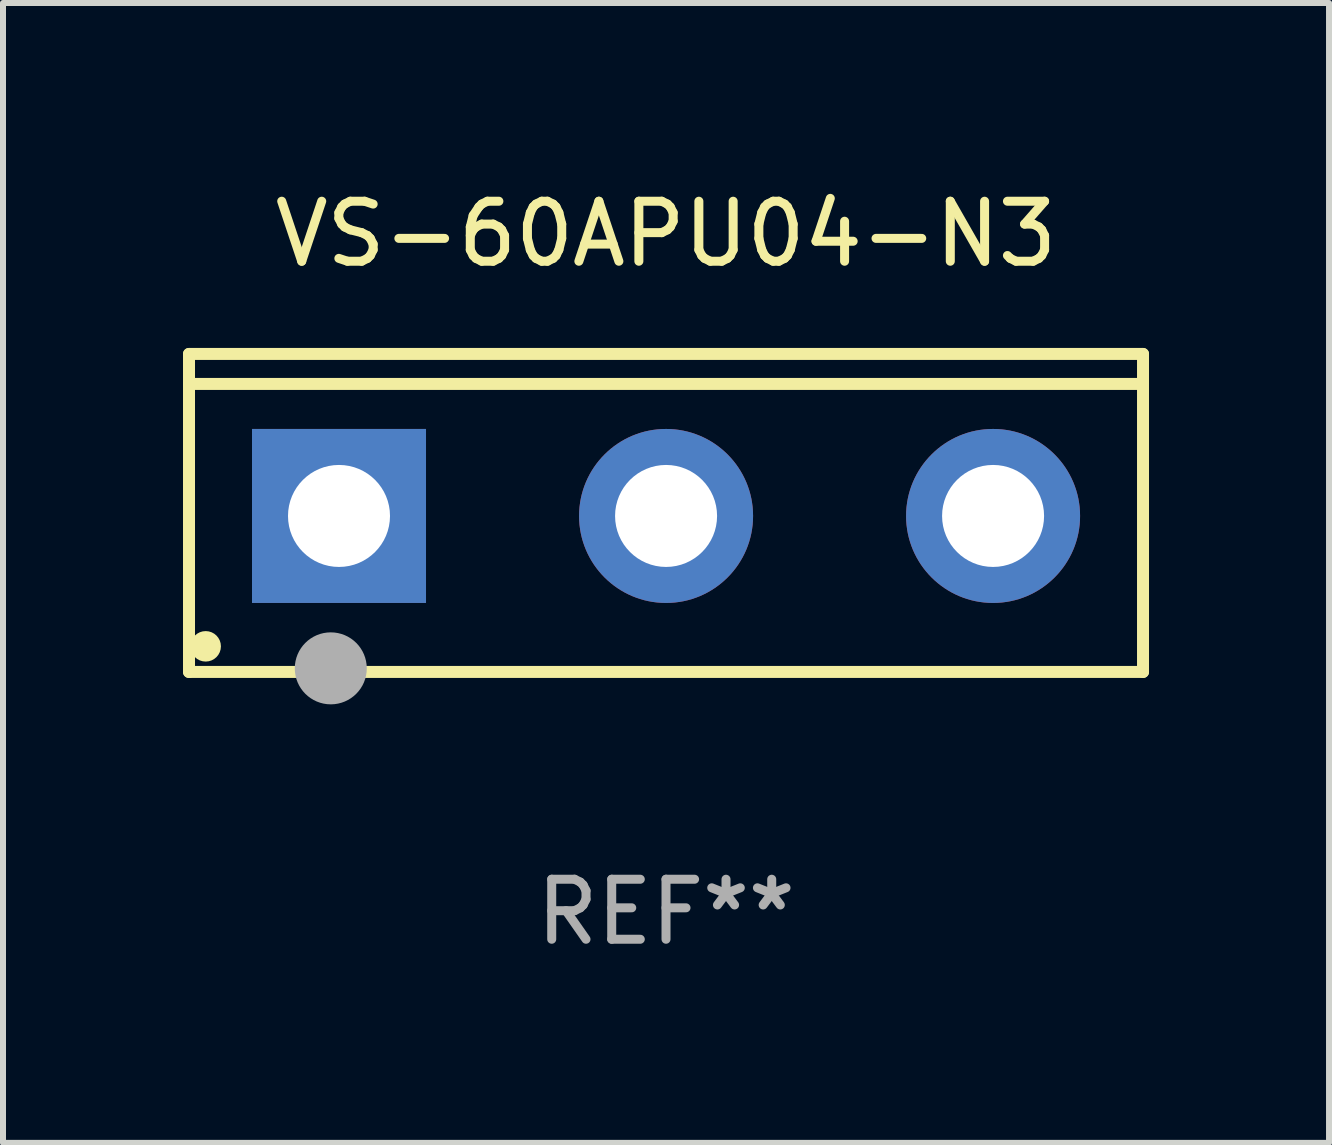
<source format=kicad_pcb>
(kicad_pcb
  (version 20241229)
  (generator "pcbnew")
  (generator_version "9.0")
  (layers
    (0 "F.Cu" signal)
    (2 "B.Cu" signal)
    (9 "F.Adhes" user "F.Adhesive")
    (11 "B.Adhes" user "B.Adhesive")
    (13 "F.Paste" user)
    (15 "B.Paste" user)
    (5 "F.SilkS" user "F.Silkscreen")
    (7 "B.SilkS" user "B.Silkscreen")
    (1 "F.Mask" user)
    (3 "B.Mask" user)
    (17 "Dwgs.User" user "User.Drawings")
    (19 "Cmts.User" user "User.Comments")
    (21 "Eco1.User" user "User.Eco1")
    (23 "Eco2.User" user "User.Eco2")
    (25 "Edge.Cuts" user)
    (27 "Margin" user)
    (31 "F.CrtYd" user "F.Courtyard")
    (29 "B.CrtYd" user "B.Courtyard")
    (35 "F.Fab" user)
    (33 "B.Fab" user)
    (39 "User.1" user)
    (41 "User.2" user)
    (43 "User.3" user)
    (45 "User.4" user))
  (footprint "VS-60APU04-N3"
    (layer "F.Cu")
    (at 8.05 5.499)
    (property "Reference" "VS-60APU04-N3" (at 0 -4.65 0) (layer "F.SilkS") (effects (font (size 1 1) (thickness 0.15))))
    (attr through_hole)
    (fp_line (start -7.95 -2.65) (end -7.95 2.65) (stroke (width 0.2) (type solid)) (layer "F.SilkS"))
    (fp_line (start -7.95 -2.15) (end 7.95 -2.15) (stroke (width 0.2) (type solid)) (layer "F.SilkS"))
    (fp_line (start -7.95 2.65) (end 7.95 2.65) (stroke (width 0.2) (type solid)) (layer "F.SilkS"))
    (fp_line (start 7.95 -2.65) (end -7.95 -2.65) (stroke (width 0.2) (type solid)) (layer "F.SilkS"))
    (fp_line (start 7.95 2.65) (end 7.95 -2.65) (stroke (width 0.2) (type solid)) (layer "F.SilkS"))
    (fp_circle (center -7.672 2.223) (end -7.545 2.223) (stroke (width 0.254) (type solid)) (fill no) (layer "F.SilkS"))
    (fp_circle (center -5.587 2.59) (end -5.287 2.59) (stroke (width 0.6) (type solid)) (fill no) (layer "F.Fab"))
    (fp_text user "REF**" (at 0 6.65 0) (layer "F.Fab") (effects (font (size 1 1) (thickness 0.15))))
    (pad "1" thru_hole rect (at -5.45 0.05) (size 2.9 2.9) (drill 1.7) (layers "*.Cu" "*.Mask"))
    (pad "2" thru_hole circle (at 0.001 0.05) (size 2.9 2.9) (drill 1.7) (layers "*.Cu" "*.Mask"))
    (pad "3" thru_hole circle (at 5.451 0.05) (size 2.9 2.9) (drill 1.7) (layers "*.Cu" "*.Mask")))
  (gr_rect
    (start -3 -3)
    (end 19.1 15.997)
    (stroke (width 0.1) (type default))
    (fill no)
    (layer "Edge.Cuts")))
</source>
